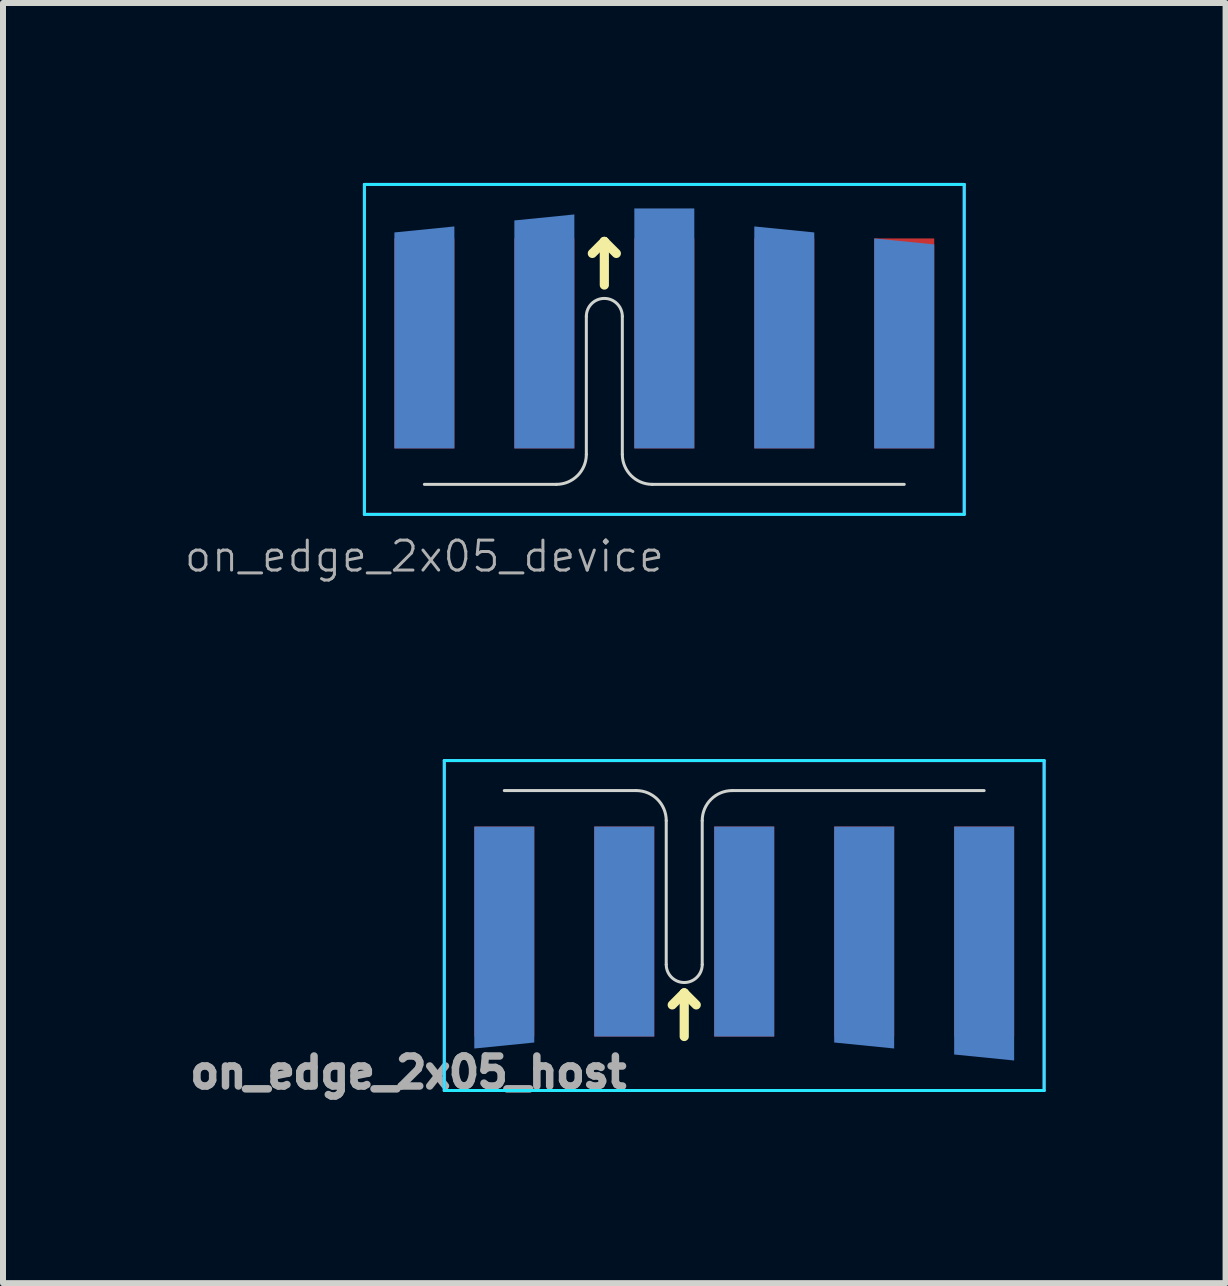
<source format=kicad_pcb>
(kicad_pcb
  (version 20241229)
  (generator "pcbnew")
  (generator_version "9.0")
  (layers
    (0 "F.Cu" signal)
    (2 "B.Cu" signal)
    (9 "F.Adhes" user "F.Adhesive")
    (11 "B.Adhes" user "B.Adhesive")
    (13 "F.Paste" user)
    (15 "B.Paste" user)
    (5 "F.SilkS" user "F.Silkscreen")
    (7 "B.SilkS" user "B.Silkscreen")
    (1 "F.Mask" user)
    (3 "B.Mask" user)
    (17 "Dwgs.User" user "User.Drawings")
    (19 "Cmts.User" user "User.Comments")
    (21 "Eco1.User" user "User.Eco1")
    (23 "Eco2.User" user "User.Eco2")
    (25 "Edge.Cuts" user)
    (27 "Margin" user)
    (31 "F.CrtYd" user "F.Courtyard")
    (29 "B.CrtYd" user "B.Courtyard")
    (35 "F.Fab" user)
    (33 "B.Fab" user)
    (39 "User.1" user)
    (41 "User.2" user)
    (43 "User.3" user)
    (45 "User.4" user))
  (footprint "on_edge_2x05_host"
    (layer "F.Cu")
    (at 5.357 10.13)
    (property "Reference" "on_edge_2x05_host" (at -1.6 4.7 0) (unlocked yes) (layer "F.Fab") (effects (font (size 0.5 0.5) (thickness 0.125))))
    (attr exclude_from_pos_files exclude_from_bom)
    (fp_line (start 3 3.373) (end 2.8 3.573) (stroke (width 0.153) (type solid)) (layer "F.SilkS"))
    (fp_line (start 3 4.1) (end 3 3.373) (stroke (width 0.153) (type solid)) (layer "F.SilkS"))
    (fp_line (start 3.2 3.573) (end 3 3.373) (stroke (width 0.153) (type solid)) (layer "F.SilkS"))
    (fp_line (start 0 0) (end 2.2 0) (stroke (width 0.05) (type solid)) (layer "Edge.Cuts"))
    (fp_line (start 2.7 0.5) (end 2.7 2.9) (stroke (width 0.05) (type solid)) (layer "Edge.Cuts"))
    (fp_line (start 3.3 2.9) (end 3.3 0.5) (stroke (width 0.05) (type solid)) (layer "Edge.Cuts"))
    (fp_line (start 3.8 0) (end 8 0) (stroke (width 0.05) (type solid)) (layer "Edge.Cuts"))
    (fp_arc (start 2.2 0) (mid 2.553553 0.146447) (end 2.7 0.5) (stroke (width 0.05) (type solid)) (layer "Edge.Cuts"))
    (fp_arc (start 3.3 0.5) (mid 3.446447 0.146447) (end 3.8 0) (stroke (width 0.05) (type solid)) (layer "Edge.Cuts"))
    (fp_arc (start 3.3 2.9) (mid 3 3.2) (end 2.7 2.9) (stroke (width 0.05) (type solid)) (layer "Edge.Cuts"))
    (fp_line (start -1 -0.5) (end 9 -0.5) (stroke (width 0.05) (type solid)) (layer "B.CrtYd"))
    (fp_line (start -1 5) (end -1 -0.5) (stroke (width 0.05) (type solid)) (layer "B.CrtYd"))
    (fp_line (start 9 -0.5) (end 9 5) (stroke (width 0.05) (type solid)) (layer "B.CrtYd"))
    (fp_line (start 9 5) (end -1 5) (stroke (width 0.05) (type solid)) (layer "B.CrtYd"))
    (fp_line (start -1 -0.5) (end -1 5) (stroke (width 0.05) (type solid)) (layer "F.CrtYd"))
    (fp_line (start -1 5) (end 9 5) (stroke (width 0.05) (type solid)) (layer "F.CrtYd"))
    (fp_line (start 9 -0.5) (end -1 -0.5) (stroke (width 0.05) (type solid)) (layer "F.CrtYd"))
    (fp_line (start 9 5) (end 9 -0.5) (stroke (width 0.05) (type solid)) (layer "F.CrtYd"))
    (pad "1" smd rect (at 0 2.35) (size 1 3.5) (layers "F.Cu" "F.Mask"))
    (pad "2" smd rect (at 2 2.35) (size 1 3.5) (layers "F.Cu" "F.Mask"))
    (pad "3" smd rect (at 4 2.35) (size 1 3.5) (layers "F.Cu" "F.Mask"))
    (pad "4" smd rect (at 6 2.35) (size 1 3.5) (layers "F.Cu" "F.Mask"))
    (pad "5" smd rect (at 8 2.35) (size 1 3.5) (layers "F.Cu" "F.Mask"))
    (pad "6" smd custom (at 0 2.4 180) (size 1 3.6) (layers "B.Cu" "B.Mask") (options (anchor rect)) (primitives (gr_poly (pts (xy 0.5 -1.8) (xy -0.5 -1.8) (xy 0.5 -1.9)) (width 0) (fill yes))))
    (pad "7" smd rect (at 2 2.35 180) (size 1 3.5) (layers "B.Cu" "B.Mask"))
    (pad "8" smd rect (at 4 2.35 180) (size 1 3.5) (layers "B.Cu" "B.Mask"))
    (pad "9" smd custom (at 6 2.4 180) (size 1 3.6) (layers "B.Cu" "B.Mask") (options (anchor rect)) (primitives (gr_poly (pts (xy 0.5 -1.8) (xy -0.5 -1.8) (xy -0.5 -1.9)) (width 0) (fill yes))))
    (pad "10" smd custom (at 8 2.5 180) (size 1 3.8) (layers "B.Cu" "B.Mask") (options (anchor rect)) (primitives (gr_poly (pts (xy 0.5 -1.9) (xy -0.5 -1.9) (xy -0.5 -2)) (width 0) (fill yes))))
    (zone (net_name "") (layers "F.Cu" "B.Cu") (hatch edge 0.508) (connect_pads) (min_thickness 0.254) (filled_areas_thickness no) (keepout (tracks allowed) (vias not_allowed) (pads allowed) (copperpour not_allowed) (footprints not_allowed)) (placement (enabled no)) (fill) (polygon (pts (xy 14.357 14.13) (xy 4.357 14.13) (xy 4.357 10.13) (xy 14.357 10.13)))))
  (footprint "on_edge_2x05_device"
    (layer "F.Cu")
    (at 4.025 5.025)
    (property "Reference" "on_edge_2x05_device" (at 0 1.2 0) (unlocked yes) (layer "F.Fab") (effects (font (size 0.5 0.5) (thickness 0.05))))
    (attr exclude_from_pos_files exclude_from_bom)
    (fp_line (start 2.8 -3.85) (end 3 -4.05) (stroke (width 0.153) (type solid)) (layer "F.SilkS"))
    (fp_line (start 3 -4.05) (end 3 -3.323) (stroke (width 0.153) (type solid)) (layer "F.SilkS"))
    (fp_line (start 3 -4.05) (end 3.2 -3.85) (stroke (width 0.153) (type solid)) (layer "F.SilkS"))
    (fp_line (start 0 0) (end 2.2 0) (stroke (width 0.05) (type solid)) (layer "Edge.Cuts"))
    (fp_line (start 2.7 -2.8) (end 2.7 -0.5) (stroke (width 0.05) (type solid)) (layer "Edge.Cuts"))
    (fp_line (start 3.3 -0.5) (end 3.3 -2.8) (stroke (width 0.05) (type solid)) (layer "Edge.Cuts"))
    (fp_line (start 3.8 0) (end 8 0) (stroke (width 0.05) (type solid)) (layer "Edge.Cuts"))
    (fp_arc (start 2.7 -2.8) (mid 3 -3.1) (end 3.3 -2.8) (stroke (width 0.05) (type solid)) (layer "Edge.Cuts"))
    (fp_arc (start 2.7 -0.5) (mid 2.553553 -0.146447) (end 2.2 0) (stroke (width 0.05) (type solid)) (layer "Edge.Cuts"))
    (fp_arc (start 3.8 0) (mid 3.446447 -0.146447) (end 3.3 -0.5) (stroke (width 0.05) (type solid)) (layer "Edge.Cuts"))
    (fp_line (start -1 -5) (end -1 0.5) (stroke (width 0.05) (type solid)) (layer "B.CrtYd"))
    (fp_line (start -1 0.5) (end 9 0.5) (stroke (width 0.05) (type solid)) (layer "B.CrtYd"))
    (fp_line (start 9 -5) (end -1 -5) (stroke (width 0.05) (type solid)) (layer "B.CrtYd"))
    (fp_line (start 9 0.5) (end 9 -5) (stroke (width 0.05) (type solid)) (layer "B.CrtYd"))
    (fp_line (start -1 -5) (end 9 -5) (stroke (width 0.05) (type solid)) (layer "F.CrtYd"))
    (fp_line (start -1 0.5) (end -1 -5) (stroke (width 0.05) (type solid)) (layer "F.CrtYd"))
    (fp_line (start 9 -5) (end 9 0.5) (stroke (width 0.05) (type solid)) (layer "F.CrtYd"))
    (fp_line (start 9 0.5) (end -1 0.5) (stroke (width 0.05) (type solid)) (layer "F.CrtYd"))
    (pad "1" smd rect (at 0 -2.35 180) (size 1 3.5) (layers "F.Cu" "F.Mask"))
    (pad "2" smd rect (at 2 -2.35) (size 1 3.5) (layers "F.Cu" "F.Mask"))
    (pad "3" smd rect (at 4 -2.35) (size 1 3.5) (layers "F.Cu" "F.Mask"))
    (pad "4" smd rect (at 6 -2.35 180) (size 1 3.5) (layers "F.Cu" "F.Mask"))
    (pad "5" smd rect (at 8 -2.35 180) (size 1 3.5) (layers "F.Cu" "F.Mask"))
    (pad "6" smd custom (at 0 -2.4) (size 1 3.6) (layers "B.Cu" "B.Mask") (options (anchor rect)) (primitives (gr_poly (pts (xy 0.5 -1.8) (xy 0.5 -1.9) (xy -0.5 -1.8)) (width 0) (fill yes))))
    (pad "7" smd custom (at 2 -2.1) (size 1 3) (layers "B.Cu" "B.Mask") (options (anchor rect)) (primitives (gr_poly (pts (xy 0.3 -0.51) (xy 0.31 -0.62) (xy 0.33 -0.7) (xy 0.35 -0.76) (xy 0.37 -0.81) (xy 0.4 -0.86) (xy 0.44 -0.92) (xy 0.48 -0.97) (xy 0.5 -0.99) (xy 0.5 -2.4) (xy -0.5 -2.3) (xy -0.5 1.5) (xy 0.3 1.5)) (width 0) (fill yes))))
    (pad "8" smd rect (at 4 -2.6) (size 1 4) (layers "B.Cu" "B.Mask"))
    (pad "9" smd custom (at 6 -2.4) (size 1 3.6) (layers "B.Cu" "B.Mask") (options (anchor rect)) (primitives (gr_poly (pts (xy -0.5 -1.8) (xy -0.5 -1.9) (xy 0.5 -1.8)) (width 0) (fill yes))))
    (pad "10" smd custom (at 8 -2.3) (size 1 3.4) (layers "B.Cu" "B.Mask") (options (anchor rect)) (primitives (gr_poly (pts (xy -0.5 -1.7) (xy -0.5 -1.8) (xy 0.5 -1.7)) (width 0) (fill yes))))
    (zone (net_name "") (layers "F.Cu" "B.Cu") (hatch edge 0.508) (connect_pads) (min_thickness 0.254) (filled_areas_thickness no) (keepout (tracks allowed) (vias not_allowed) (pads allowed) (copperpour not_allowed) (footprints not_allowed)) (placement (enabled no)) (fill) (polygon (pts (xy 13.025 5.025) (xy 3.025 5.025) (xy 3.025 1.025) (xy 13.025 1.025)))))
  (gr_rect
    (start -3 -3)
    (end 17.382 18.342)
    (stroke (width 0.1) (type default))
    (fill no)
    (layer "Edge.Cuts")))
</source>
